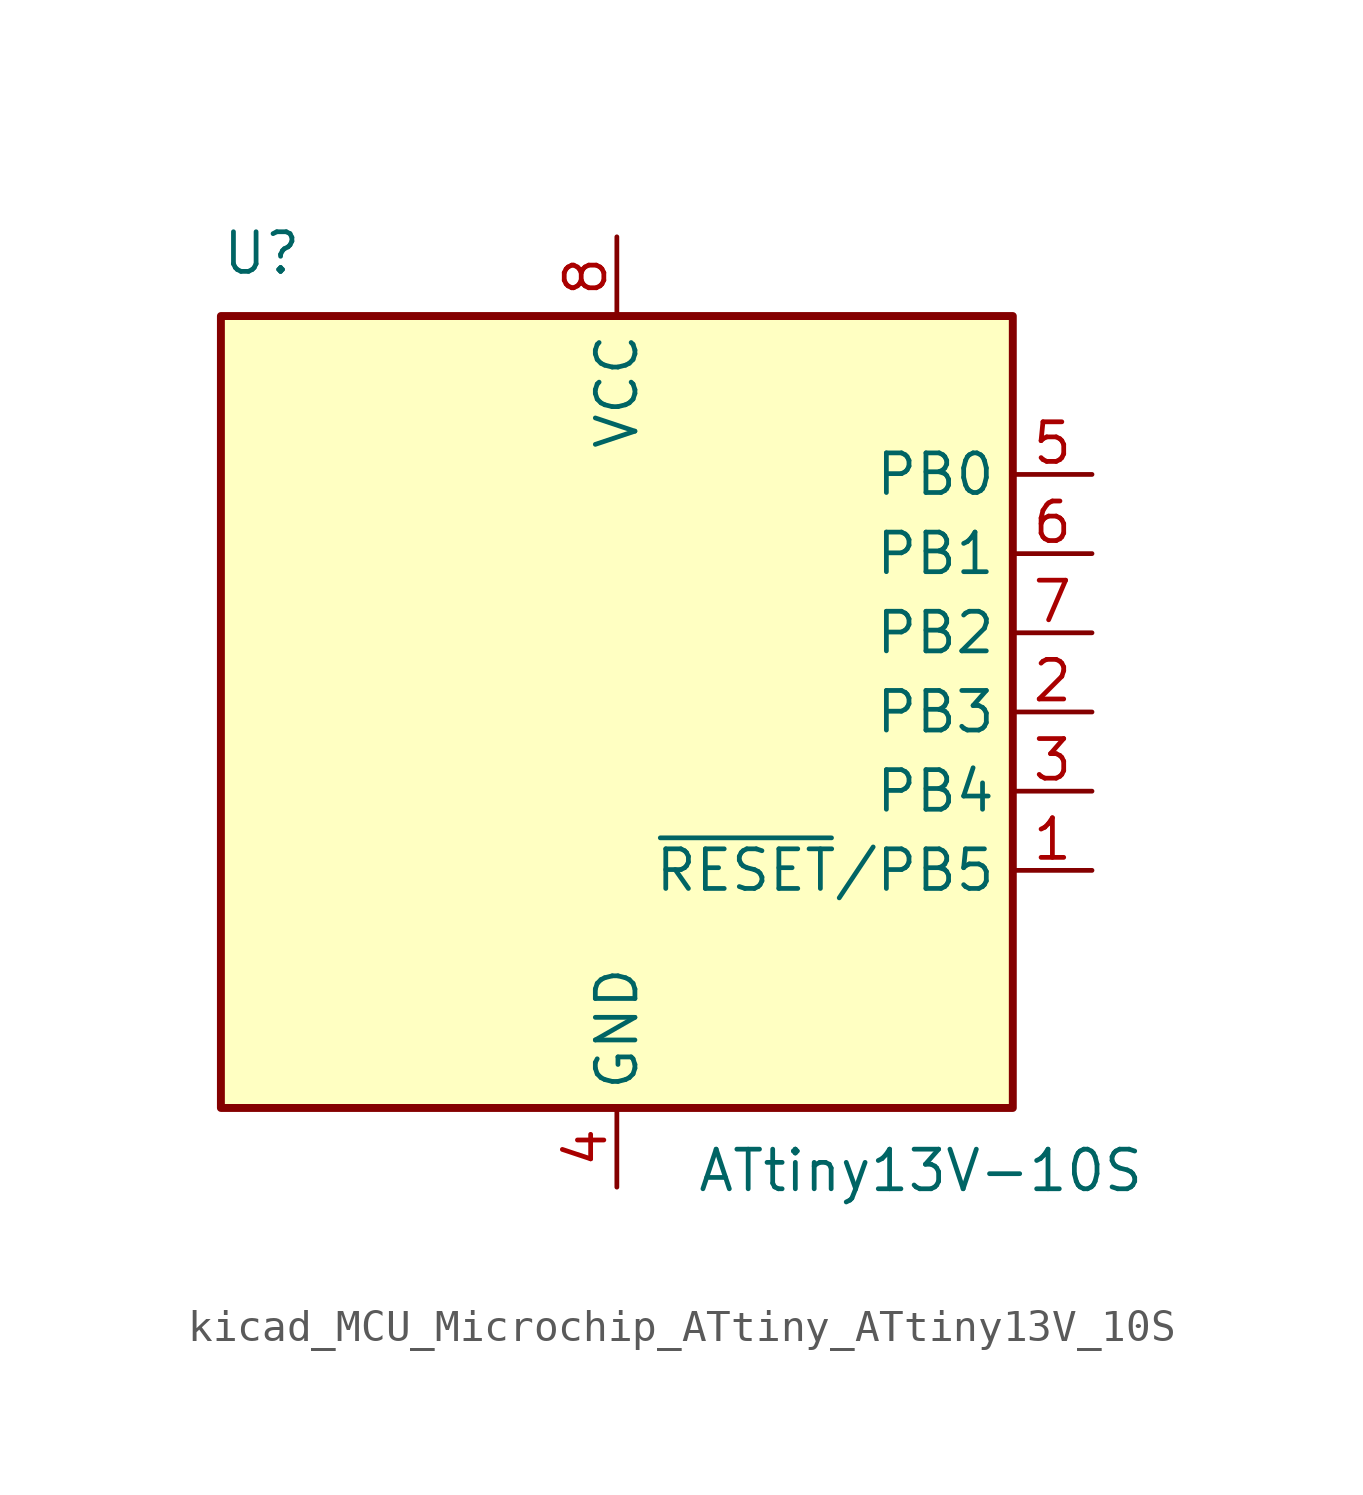
<source format=kicad_sym>
(kicad_symbol_lib
  (version 20220914)
  (generator kicad_symbol_editor)
  (symbol "kicad_MCU_Microchip_ATtiny_ATtiny13V_10S"
    (property "Reference" "U"
      (at -12.7 13.97 0)
      (effects (font (size 1.27 1.27)) (justify left bottom)))
    (property "Value" "ATtiny13V-10S"
      (at 2.54 -13.97 0)
      (effects (font (size 1.27 1.27)) (justify left top)))
    (symbol "kicad_MCU_Microchip_ATtiny_ATtiny13V_10S_0_1"
      (rectangle (start -12.7 -12.7) (end 12.7 12.7) (stroke (width 0.254) (type default)) (fill (type background))))
    (symbol "kicad_MCU_Microchip_ATtiny_ATtiny13V_10S_1_1"
      (pin bidirectional line (at 15.24 -5.08 180) (length 2.54) (name "~{RESET}/PB5" (effects (font (size 1.27 1.27)))) (number "1" (effects (font (size 1.27 1.27)))))
      (pin bidirectional line (at 15.24 0 180) (length 2.54) (name "PB3" (effects (font (size 1.27 1.27)))) (number "2" (effects (font (size 1.27 1.27)))))
      (pin bidirectional line (at 15.24 -2.54 180) (length 2.54) (name "PB4" (effects (font (size 1.27 1.27)))) (number "3" (effects (font (size 1.27 1.27)))))
      (pin power_in line (at 0 -15.24 90) (length 2.54) (name "GND" (effects (font (size 1.27 1.27)))) (number "4" (effects (font (size 1.27 1.27)))))
      (pin bidirectional line (at 15.24 7.62 180) (length 2.54) (name "PB0" (effects (font (size 1.27 1.27)))) (number "5" (effects (font (size 1.27 1.27)))))
      (pin bidirectional line (at 15.24 5.08 180) (length 2.54) (name "PB1" (effects (font (size 1.27 1.27)))) (number "6" (effects (font (size 1.27 1.27)))))
      (pin bidirectional line (at 15.24 2.54 180) (length 2.54) (name "PB2" (effects (font (size 1.27 1.27)))) (number "7" (effects (font (size 1.27 1.27)))))
      (pin power_in line (at 0 15.24 270) (length 2.54) (name "VCC" (effects (font (size 1.27 1.27)))) (number "8" (effects (font (size 1.27 1.27))))))))
</source>
